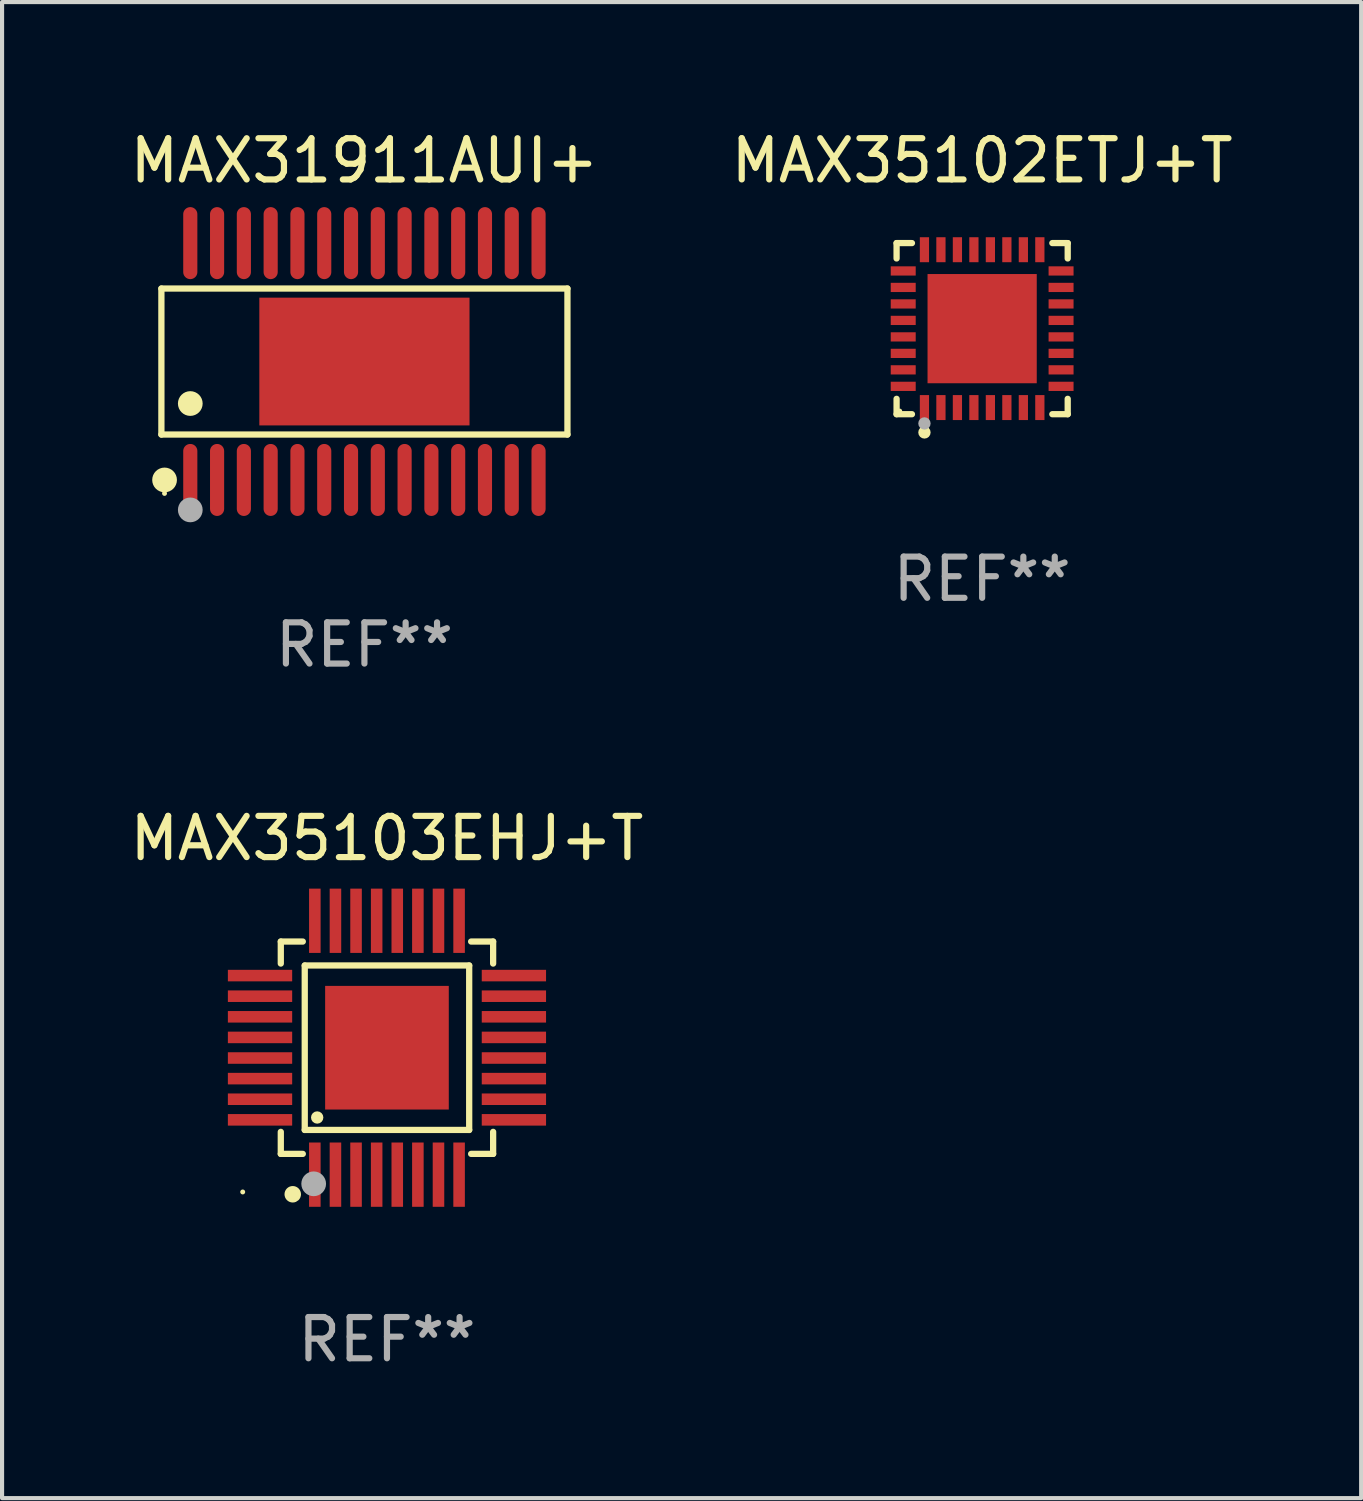
<source format=kicad_pcb>
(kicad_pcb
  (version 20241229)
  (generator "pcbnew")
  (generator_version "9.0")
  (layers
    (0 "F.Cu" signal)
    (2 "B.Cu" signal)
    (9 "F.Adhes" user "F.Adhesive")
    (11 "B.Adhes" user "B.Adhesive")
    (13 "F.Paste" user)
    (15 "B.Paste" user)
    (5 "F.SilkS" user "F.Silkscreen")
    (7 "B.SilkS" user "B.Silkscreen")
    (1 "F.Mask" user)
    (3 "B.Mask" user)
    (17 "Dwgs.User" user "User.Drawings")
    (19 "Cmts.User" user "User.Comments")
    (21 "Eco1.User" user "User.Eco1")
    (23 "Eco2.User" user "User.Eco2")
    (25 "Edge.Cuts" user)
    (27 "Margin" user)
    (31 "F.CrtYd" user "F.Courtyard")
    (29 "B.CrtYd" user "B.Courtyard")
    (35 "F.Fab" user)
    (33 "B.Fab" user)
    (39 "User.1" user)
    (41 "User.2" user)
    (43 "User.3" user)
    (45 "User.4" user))
  (footprint "MAX31911AUI+"
    (layer "F.Cu")
    (at 5.792 5.722)
    (property "Reference" "MAX31911AUI+" (at 0 -4.873 0) (layer "F.SilkS") (effects (font (size 1 1) (thickness 0.15))))
    (attr through_hole)
    (fp_line (start -4.926 -1.771) (end 4.926 -1.771) (stroke (width 0.152) (type solid)) (layer "F.SilkS"))
    (fp_line (start -4.926 1.771) (end -4.926 -1.771) (stroke (width 0.152) (type solid)) (layer "F.SilkS"))
    (fp_line (start 4.926 -1.771) (end 4.926 1.771) (stroke (width 0.152) (type solid)) (layer "F.SilkS"))
    (fp_line (start 4.926 1.771) (end -4.926 1.771) (stroke (width 0.152) (type solid)) (layer "F.SilkS"))
    (fp_circle (center -4.85 3.2) (end -4.82 3.2) (stroke (width 0.06) (type solid)) (fill no) (layer "F.SilkS"))
    (fp_circle (center -4.849 2.873) (end -4.699 2.873) (stroke (width 0.3) (type solid)) (fill no) (layer "F.SilkS"))
    (fp_circle (center -4.225 1.019) (end -4.075 1.019) (stroke (width 0.3) (type solid)) (fill no) (layer "F.SilkS"))
    (fp_circle (center -4.225 3.6) (end -4.075 3.6) (stroke (width 0.3) (type solid)) (fill no) (layer "F.Fab"))
    (fp_text user "REF**" (at 0 6.873 0) (layer "F.Fab") (effects (font (size 1 1) (thickness 0.15))))
    (pad "1" smd oval (at -4.225 2.873) (size 0.343 1.747) (layers "F.Cu" "F.Mask" "F.Paste"))
    (pad "2" smd oval (at -3.575 2.873) (size 0.343 1.747) (layers "F.Cu" "F.Mask" "F.Paste"))
    (pad "3" smd oval (at -2.925 2.873) (size 0.343 1.747) (layers "F.Cu" "F.Mask" "F.Paste"))
    (pad "4" smd oval (at -2.275 2.873) (size 0.343 1.747) (layers "F.Cu" "F.Mask" "F.Paste"))
    (pad "5" smd oval (at -1.625 2.873) (size 0.343 1.747) (layers "F.Cu" "F.Mask" "F.Paste"))
    (pad "6" smd oval (at -0.975 2.873) (size 0.343 1.747) (layers "F.Cu" "F.Mask" "F.Paste"))
    (pad "7" smd oval (at -0.325 2.873) (size 0.343 1.747) (layers "F.Cu" "F.Mask" "F.Paste"))
    (pad "8" smd oval (at 0.325 2.873) (size 0.343 1.747) (layers "F.Cu" "F.Mask" "F.Paste"))
    (pad "9" smd oval (at 0.975 2.873) (size 0.343 1.747) (layers "F.Cu" "F.Mask" "F.Paste"))
    (pad "10" smd oval (at 1.625 2.873) (size 0.343 1.747) (layers "F.Cu" "F.Mask" "F.Paste"))
    (pad "11" smd oval (at 2.275 2.873) (size 0.343 1.747) (layers "F.Cu" "F.Mask" "F.Paste"))
    (pad "12" smd oval (at 2.925 2.873) (size 0.343 1.747) (layers "F.Cu" "F.Mask" "F.Paste"))
    (pad "13" smd oval (at 3.575 2.873) (size 0.343 1.747) (layers "F.Cu" "F.Mask" "F.Paste"))
    (pad "14" smd oval (at 4.225 2.873) (size 0.343 1.747) (layers "F.Cu" "F.Mask" "F.Paste"))
    (pad "15" smd oval (at 4.225 -2.873) (size 0.343 1.747) (layers "F.Cu" "F.Mask" "F.Paste"))
    (pad "16" smd oval (at 3.575 -2.873) (size 0.343 1.747) (layers "F.Cu" "F.Mask" "F.Paste"))
    (pad "17" smd oval (at 2.925 -2.873) (size 0.343 1.747) (layers "F.Cu" "F.Mask" "F.Paste"))
    (pad "18" smd oval (at 2.275 -2.873) (size 0.343 1.747) (layers "F.Cu" "F.Mask" "F.Paste"))
    (pad "19" smd oval (at 1.625 -2.873) (size 0.343 1.747) (layers "F.Cu" "F.Mask" "F.Paste"))
    (pad "20" smd oval (at 0.975 -2.873) (size 0.343 1.747) (layers "F.Cu" "F.Mask" "F.Paste"))
    (pad "21" smd oval (at 0.325 -2.873) (size 0.343 1.747) (layers "F.Cu" "F.Mask" "F.Paste"))
    (pad "22" smd oval (at -0.325 -2.873) (size 0.343 1.747) (layers "F.Cu" "F.Mask" "F.Paste"))
    (pad "23" smd oval (at -0.975 -2.873) (size 0.343 1.747) (layers "F.Cu" "F.Mask" "F.Paste"))
    (pad "24" smd oval (at -1.625 -2.873) (size 0.343 1.747) (layers "F.Cu" "F.Mask" "F.Paste"))
    (pad "25" smd oval (at -2.275 -2.873) (size 0.343 1.747) (layers "F.Cu" "F.Mask" "F.Paste"))
    (pad "26" smd oval (at -2.925 -2.873) (size 0.343 1.747) (layers "F.Cu" "F.Mask" "F.Paste"))
    (pad "27" smd oval (at -3.575 -2.873) (size 0.343 1.747) (layers "F.Cu" "F.Mask" "F.Paste"))
    (pad "28" smd oval (at -4.225 -2.873) (size 0.343 1.747) (layers "F.Cu" "F.Mask" "F.Paste"))
    (pad "29" smd rect (at 0 0) (size 5.1 3.1) (layers "F.Cu" "F.Mask" "F.Paste")))
  (footprint "MAX35102ETJ+T"
    (layer "F.Cu")
    (at 20.78 4.924)
    (property "Reference" "MAX35102ETJ+T" (at 0 -4.076 0) (layer "F.SilkS") (effects (font (size 1 1) (thickness 0.15))))
    (attr through_hole)
    (fp_line (start -2.076 -2.076) (end -1.703 -2.076) (stroke (width 0.152) (type solid)) (layer "F.SilkS"))
    (fp_line (start -2.076 -1.703) (end -2.076 -2.076) (stroke (width 0.152) (type solid)) (layer "F.SilkS"))
    (fp_line (start -2.076 1.703) (end -2.076 2.076) (stroke (width 0.152) (type solid)) (layer "F.SilkS"))
    (fp_line (start -2.076 2.076) (end -1.703 2.076) (stroke (width 0.152) (type solid)) (layer "F.SilkS"))
    (fp_line (start 2.076 -2.076) (end 1.703 -2.076) (stroke (width 0.152) (type solid)) (layer "F.SilkS"))
    (fp_line (start 2.076 -1.703) (end 2.076 -2.076) (stroke (width 0.152) (type solid)) (layer "F.SilkS"))
    (fp_line (start 2.076 1.703) (end 2.076 2.076) (stroke (width 0.152) (type solid)) (layer "F.SilkS"))
    (fp_line (start 2.076 2.076) (end 1.703 2.076) (stroke (width 0.152) (type solid)) (layer "F.SilkS"))
    (fp_circle (center -2 2) (end -1.97 2) (stroke (width 0.06) (type solid)) (fill no) (layer "F.SilkS"))
    (fp_circle (center -1.4 2.518) (end -1.325 2.518) (stroke (width 0.15) (type solid)) (fill no) (layer "F.SilkS"))
    (fp_circle (center -1.4 2.3) (end -1.325 2.3) (stroke (width 0.15) (type solid)) (fill no) (layer "F.Fab"))
    (fp_text user "REF**" (at 0 6.076 0) (layer "F.Fab") (effects (font (size 1 1) (thickness 0.15))))
    (pad "1" smd rect (at -1.4 1.915) (size 0.224 0.606) (layers "F.Cu" "F.Mask" "F.Paste"))
    (pad "2" smd rect (at -1 1.915) (size 0.224 0.606) (layers "F.Cu" "F.Mask" "F.Paste"))
    (pad "3" smd rect (at -0.6 1.915) (size 0.224 0.606) (layers "F.Cu" "F.Mask" "F.Paste"))
    (pad "4" smd rect (at -0.2 1.915) (size 0.224 0.606) (layers "F.Cu" "F.Mask" "F.Paste"))
    (pad "5" smd rect (at 0.2 1.915) (size 0.224 0.606) (layers "F.Cu" "F.Mask" "F.Paste"))
    (pad "6" smd rect (at 0.6 1.915) (size 0.224 0.606) (layers "F.Cu" "F.Mask" "F.Paste"))
    (pad "7" smd rect (at 1 1.915) (size 0.224 0.606) (layers "F.Cu" "F.Mask" "F.Paste"))
    (pad "8" smd rect (at 1.4 1.915) (size 0.224 0.606) (layers "F.Cu" "F.Mask" "F.Paste"))
    (pad "9" smd rect (at 1.915 1.4) (size 0.606 0.224) (layers "F.Cu" "F.Mask" "F.Paste"))
    (pad "10" smd rect (at 1.915 1) (size 0.606 0.224) (layers "F.Cu" "F.Mask" "F.Paste"))
    (pad "11" smd rect (at 1.915 0.6) (size 0.606 0.224) (layers "F.Cu" "F.Mask" "F.Paste"))
    (pad "12" smd rect (at 1.915 0.2) (size 0.606 0.224) (layers "F.Cu" "F.Mask" "F.Paste"))
    (pad "13" smd rect (at 1.915 -0.2) (size 0.606 0.224) (layers "F.Cu" "F.Mask" "F.Paste"))
    (pad "14" smd rect (at 1.915 -0.6) (size 0.606 0.224) (layers "F.Cu" "F.Mask" "F.Paste"))
    (pad "15" smd rect (at 1.915 -1) (size 0.606 0.224) (layers "F.Cu" "F.Mask" "F.Paste"))
    (pad "16" smd rect (at 1.915 -1.4) (size 0.606 0.224) (layers "F.Cu" "F.Mask" "F.Paste"))
    (pad "17" smd rect (at 1.4 -1.915) (size 0.224 0.606) (layers "F.Cu" "F.Mask" "F.Paste"))
    (pad "18" smd rect (at 1 -1.915) (size 0.224 0.606) (layers "F.Cu" "F.Mask" "F.Paste"))
    (pad "19" smd rect (at 0.6 -1.915) (size 0.224 0.606) (layers "F.Cu" "F.Mask" "F.Paste"))
    (pad "20" smd rect (at 0.2 -1.915) (size 0.224 0.606) (layers "F.Cu" "F.Mask" "F.Paste"))
    (pad "21" smd rect (at -0.2 -1.915) (size 0.224 0.606) (layers "F.Cu" "F.Mask" "F.Paste"))
    (pad "22" smd rect (at -0.6 -1.915) (size 0.224 0.606) (layers "F.Cu" "F.Mask" "F.Paste"))
    (pad "23" smd rect (at -1 -1.915) (size 0.224 0.606) (layers "F.Cu" "F.Mask" "F.Paste"))
    (pad "24" smd rect (at -1.4 -1.915) (size 0.224 0.606) (layers "F.Cu" "F.Mask" "F.Paste"))
    (pad "25" smd rect (at -1.915 -1.4) (size 0.606 0.224) (layers "F.Cu" "F.Mask" "F.Paste"))
    (pad "26" smd rect (at -1.915 -1) (size 0.606 0.224) (layers "F.Cu" "F.Mask" "F.Paste"))
    (pad "27" smd rect (at -1.915 -0.6) (size 0.606 0.224) (layers "F.Cu" "F.Mask" "F.Paste"))
    (pad "28" smd rect (at -1.915 -0.2) (size 0.606 0.224) (layers "F.Cu" "F.Mask" "F.Paste"))
    (pad "29" smd rect (at -1.915 0.2) (size 0.606 0.224) (layers "F.Cu" "F.Mask" "F.Paste"))
    (pad "30" smd rect (at -1.915 0.6) (size 0.606 0.224) (layers "F.Cu" "F.Mask" "F.Paste"))
    (pad "31" smd rect (at -1.915 1) (size 0.606 0.224) (layers "F.Cu" "F.Mask" "F.Paste"))
    (pad "32" smd rect (at -1.915 1.4) (size 0.606 0.224) (layers "F.Cu" "F.Mask" "F.Paste"))
    (pad "33" smd rect (at 0 0) (size 2.65 2.65) (layers "F.Cu" "F.Mask" "F.Paste")))
  (footprint "MAX35103EHJ+T"
    (layer "F.Cu")
    (at 6.339 22.371)
    (property "Reference" "MAX35103EHJ+T" (at 0 -5.08 0) (layer "F.SilkS") (effects (font (size 1 1) (thickness 0.15))))
    (attr through_hole)
    (fp_line (start -2.576 -2.576) (end -2.576 -2.042) (stroke (width 0.152) (type solid)) (layer "F.SilkS"))
    (fp_line (start -2.576 2.576) (end -2.576 2.042) (stroke (width 0.152) (type solid)) (layer "F.SilkS"))
    (fp_line (start -2.042 -2.576) (end -2.576 -2.576) (stroke (width 0.152) (type solid)) (layer "F.SilkS"))
    (fp_line (start -2.042 2.576) (end -2.576 2.576) (stroke (width 0.152) (type solid)) (layer "F.SilkS"))
    (fp_line (start -1.995 -1.995) (end 1.995 -1.995) (stroke (width 0.152) (type solid)) (layer "F.SilkS"))
    (fp_line (start -1.995 1.995) (end -1.995 -1.995) (stroke (width 0.152) (type solid)) (layer "F.SilkS"))
    (fp_line (start 1.995 -1.995) (end 1.995 1.995) (stroke (width 0.152) (type solid)) (layer "F.SilkS"))
    (fp_line (start 1.995 1.995) (end -1.995 1.995) (stroke (width 0.152) (type solid)) (layer "F.SilkS"))
    (fp_line (start 2.042 -2.576) (end 2.576 -2.576) (stroke (width 0.152) (type solid)) (layer "F.SilkS"))
    (fp_line (start 2.042 2.576) (end 2.576 2.576) (stroke (width 0.152) (type solid)) (layer "F.SilkS"))
    (fp_line (start 2.576 -2.576) (end 2.576 -2.042) (stroke (width 0.152) (type solid)) (layer "F.SilkS"))
    (fp_line (start 2.576 2.576) (end 2.576 2.042) (stroke (width 0.152) (type solid)) (layer "F.SilkS"))
    (fp_circle (center -3.5 3.5) (end -3.47 3.5) (stroke (width 0.06) (type solid)) (fill no) (layer "F.SilkS"))
    (fp_circle (center -2.286 3.556) (end -2.186 3.556) (stroke (width 0.2) (type solid)) (fill no) (layer "F.SilkS"))
    (fp_circle (center -1.693 1.693) (end -1.618 1.693) (stroke (width 0.15) (type solid)) (fill no) (layer "F.SilkS"))
    (fp_circle (center -1.778 3.302) (end -1.628 3.302) (stroke (width 0.3) (type solid)) (fill no) (layer "F.Fab"))
    (fp_text user "REF**" (at 0 7.08 0) (layer "F.Fab") (effects (font (size 1 1) (thickness 0.15))))
    (pad "1" smd rect (at -1.75 3.08) (size 0.28 1.56) (layers "F.Cu" "F.Mask" "F.Paste"))
    (pad "2" smd rect (at -1.25 3.08) (size 0.28 1.56) (layers "F.Cu" "F.Mask" "F.Paste"))
    (pad "3" smd rect (at -0.75 3.08) (size 0.28 1.56) (layers "F.Cu" "F.Mask" "F.Paste"))
    (pad "4" smd rect (at -0.25 3.08) (size 0.28 1.56) (layers "F.Cu" "F.Mask" "F.Paste"))
    (pad "5" smd rect (at 0.25 3.08) (size 0.28 1.56) (layers "F.Cu" "F.Mask" "F.Paste"))
    (pad "6" smd rect (at 0.75 3.08) (size 0.28 1.56) (layers "F.Cu" "F.Mask" "F.Paste"))
    (pad "7" smd rect (at 1.25 3.08) (size 0.28 1.56) (layers "F.Cu" "F.Mask" "F.Paste"))
    (pad "8" smd rect (at 1.75 3.08) (size 0.28 1.56) (layers "F.Cu" "F.Mask" "F.Paste"))
    (pad "9" smd rect (at 3.08 1.75) (size 1.56 0.28) (layers "F.Cu" "F.Mask" "F.Paste"))
    (pad "10" smd rect (at 3.08 1.25) (size 1.56 0.28) (layers "F.Cu" "F.Mask" "F.Paste"))
    (pad "11" smd rect (at 3.08 0.75) (size 1.56 0.28) (layers "F.Cu" "F.Mask" "F.Paste"))
    (pad "12" smd rect (at 3.08 0.25) (size 1.56 0.28) (layers "F.Cu" "F.Mask" "F.Paste"))
    (pad "13" smd rect (at 3.08 -0.25) (size 1.56 0.28) (layers "F.Cu" "F.Mask" "F.Paste"))
    (pad "14" smd rect (at 3.08 -0.75) (size 1.56 0.28) (layers "F.Cu" "F.Mask" "F.Paste"))
    (pad "15" smd rect (at 3.08 -1.25) (size 1.56 0.28) (layers "F.Cu" "F.Mask" "F.Paste"))
    (pad "16" smd rect (at 3.08 -1.75) (size 1.56 0.28) (layers "F.Cu" "F.Mask" "F.Paste"))
    (pad "17" smd rect (at 1.75 -3.08) (size 0.28 1.56) (layers "F.Cu" "F.Mask" "F.Paste"))
    (pad "18" smd rect (at 1.25 -3.08) (size 0.28 1.56) (layers "F.Cu" "F.Mask" "F.Paste"))
    (pad "19" smd rect (at 0.75 -3.08) (size 0.28 1.56) (layers "F.Cu" "F.Mask" "F.Paste"))
    (pad "20" smd rect (at 0.25 -3.08) (size 0.28 1.56) (layers "F.Cu" "F.Mask" "F.Paste"))
    (pad "21" smd rect (at -0.25 -3.08) (size 0.28 1.56) (layers "F.Cu" "F.Mask" "F.Paste"))
    (pad "22" smd rect (at -0.75 -3.08) (size 0.28 1.56) (layers "F.Cu" "F.Mask" "F.Paste"))
    (pad "23" smd rect (at -1.25 -3.08) (size 0.28 1.56) (layers "F.Cu" "F.Mask" "F.Paste"))
    (pad "24" smd rect (at -1.75 -3.08) (size 0.28 1.56) (layers "F.Cu" "F.Mask" "F.Paste"))
    (pad "25" smd rect (at -3.08 -1.75) (size 1.56 0.28) (layers "F.Cu" "F.Mask" "F.Paste"))
    (pad "26" smd rect (at -3.08 -1.25) (size 1.56 0.28) (layers "F.Cu" "F.Mask" "F.Paste"))
    (pad "27" smd rect (at -3.08 -0.75) (size 1.56 0.28) (layers "F.Cu" "F.Mask" "F.Paste"))
    (pad "28" smd rect (at -3.08 -0.25) (size 1.56 0.28) (layers "F.Cu" "F.Mask" "F.Paste"))
    (pad "29" smd rect (at -3.08 0.25) (size 1.56 0.28) (layers "F.Cu" "F.Mask" "F.Paste"))
    (pad "30" smd rect (at -3.08 0.75) (size 1.56 0.28) (layers "F.Cu" "F.Mask" "F.Paste"))
    (pad "31" smd rect (at -3.08 1.25) (size 1.56 0.28) (layers "F.Cu" "F.Mask" "F.Paste"))
    (pad "32" smd rect (at -3.08 1.75) (size 1.56 0.28) (layers "F.Cu" "F.Mask" "F.Paste"))
    (pad "33" smd rect (at 0 0) (size 3 3) (layers "F.Cu" "F.Mask" "F.Paste")))
  (gr_rect
    (start -3 -3)
    (end 29.976 33.3)
    (stroke (width 0.1) (type default))
    (fill no)
    (layer "Edge.Cuts")))
</source>
